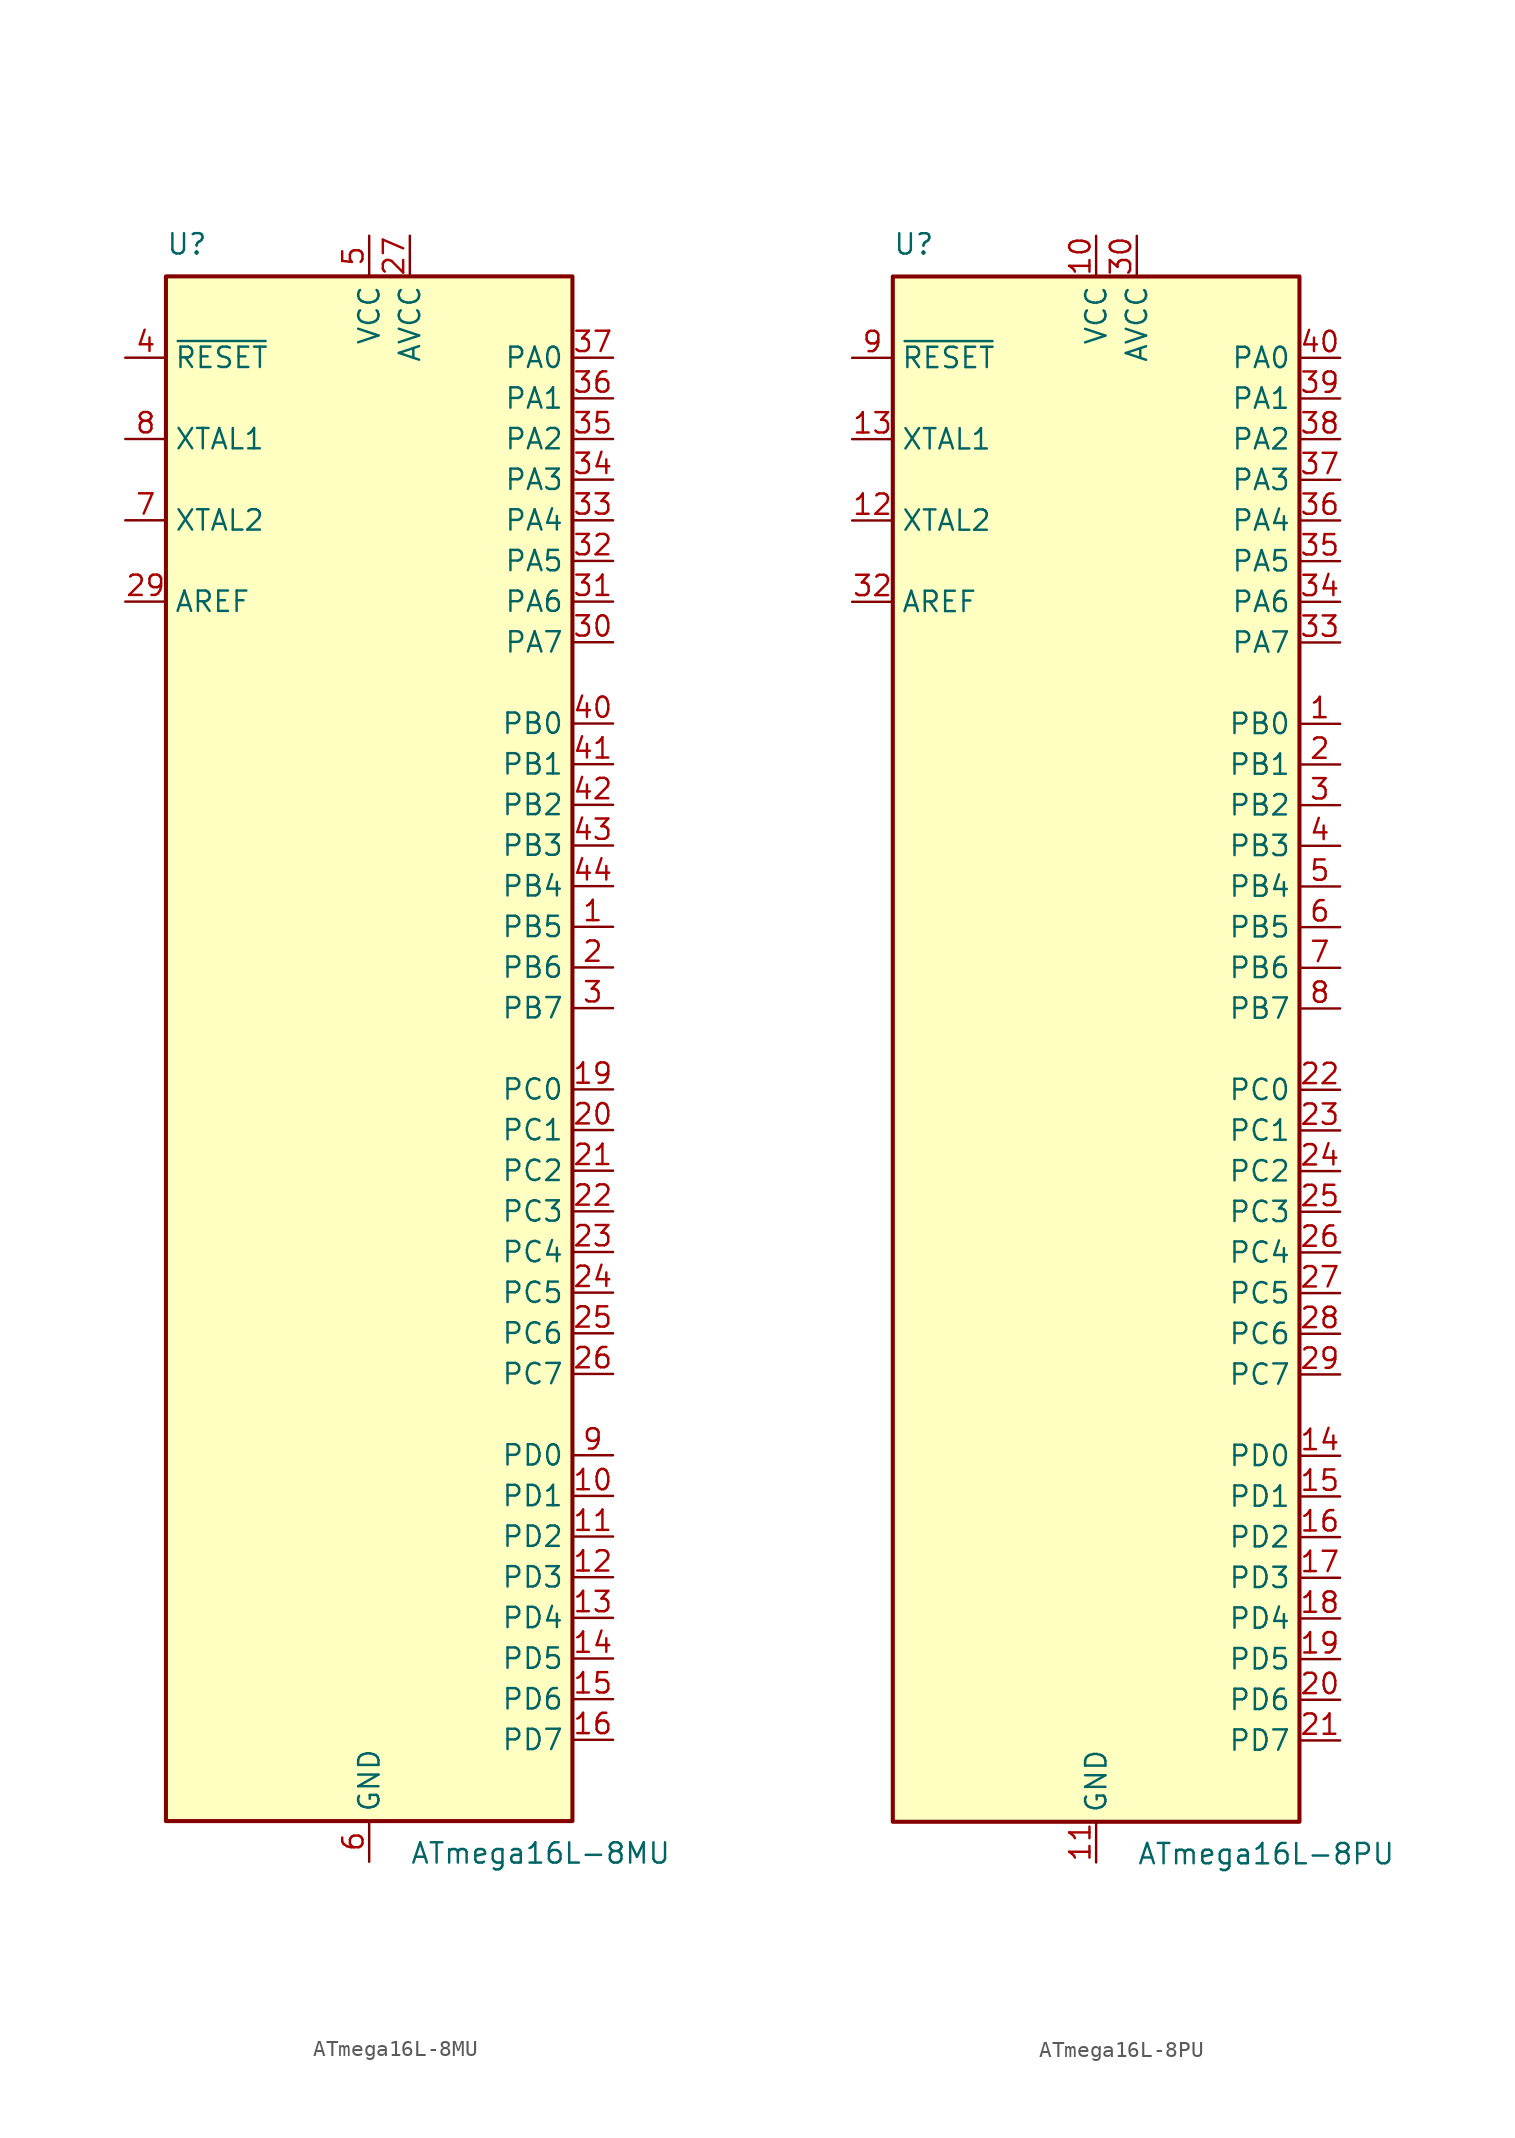
<source format=kicad_sym>
(kicad_symbol_lib
  (version 20201005)
  (generator kicad_symbol_editor)
  (symbol "ATmega16L-8MU"
    (property "Reference" "U"
      (at -12.7 49.53 0)
      (effects (font (size 1.27 1.27)) (justify left bottom)))
    (property "Value" "ATmega16L-8MU"
      (at 2.54 -49.53 0)
      (effects (font (size 1.27 1.27)) (justify left top)))
    (symbol "ATmega16L-8MU_0_1"
      (rectangle (start -12.7 -48.26) (end 12.7 48.26) (stroke (width 0.254)) (fill (type background))))
    (symbol "ATmega16L-8MU_1_1"
      (pin tri_state line (at 15.24 7.62 180) (length 2.54) (name "PB5" (effects (font (size 1.27 1.27)))) (number "1" (effects (font (size 1.27 1.27)))))
      (pin tri_state line (at 15.24 -27.94 180) (length 2.54) (name "PD1" (effects (font (size 1.27 1.27)))) (number "10" (effects (font (size 1.27 1.27)))))
      (pin tri_state line (at 15.24 -30.48 180) (length 2.54) (name "PD2" (effects (font (size 1.27 1.27)))) (number "11" (effects (font (size 1.27 1.27)))))
      (pin tri_state line (at 15.24 -33.02 180) (length 2.54) (name "PD3" (effects (font (size 1.27 1.27)))) (number "12" (effects (font (size 1.27 1.27)))))
      (pin tri_state line (at 15.24 -35.56 180) (length 2.54) (name "PD4" (effects (font (size 1.27 1.27)))) (number "13" (effects (font (size 1.27 1.27)))))
      (pin tri_state line (at 15.24 -38.1 180) (length 2.54) (name "PD5" (effects (font (size 1.27 1.27)))) (number "14" (effects (font (size 1.27 1.27)))))
      (pin tri_state line (at 15.24 -40.64 180) (length 2.54) (name "PD6" (effects (font (size 1.27 1.27)))) (number "15" (effects (font (size 1.27 1.27)))))
      (pin tri_state line (at 15.24 -43.18 180) (length 2.54) (name "PD7" (effects (font (size 1.27 1.27)))) (number "16" (effects (font (size 1.27 1.27)))))
      (pin passive line (at 0 50.8 270) (length 2.54) hide (name "VCC" (effects (font (size 1.27 1.27)))) (number "17" (effects (font (size 1.27 1.27)))))
      (pin passive line (at 0 -50.8 90) (length 2.54) hide (name "GND" (effects (font (size 1.27 1.27)))) (number "18" (effects (font (size 1.27 1.27)))))
      (pin tri_state line (at 15.24 -2.54 180) (length 2.54) (name "PC0" (effects (font (size 1.27 1.27)))) (number "19" (effects (font (size 1.27 1.27)))))
      (pin tri_state line (at 15.24 5.08 180) (length 2.54) (name "PB6" (effects (font (size 1.27 1.27)))) (number "2" (effects (font (size 1.27 1.27)))))
      (pin tri_state line (at 15.24 -5.08 180) (length 2.54) (name "PC1" (effects (font (size 1.27 1.27)))) (number "20" (effects (font (size 1.27 1.27)))))
      (pin tri_state line (at 15.24 -7.62 180) (length 2.54) (name "PC2" (effects (font (size 1.27 1.27)))) (number "21" (effects (font (size 1.27 1.27)))))
      (pin tri_state line (at 15.24 -10.16 180) (length 2.54) (name "PC3" (effects (font (size 1.27 1.27)))) (number "22" (effects (font (size 1.27 1.27)))))
      (pin tri_state line (at 15.24 -12.7 180) (length 2.54) (name "PC4" (effects (font (size 1.27 1.27)))) (number "23" (effects (font (size 1.27 1.27)))))
      (pin tri_state line (at 15.24 -15.24 180) (length 2.54) (name "PC5" (effects (font (size 1.27 1.27)))) (number "24" (effects (font (size 1.27 1.27)))))
      (pin tri_state line (at 15.24 -17.78 180) (length 2.54) (name "PC6" (effects (font (size 1.27 1.27)))) (number "25" (effects (font (size 1.27 1.27)))))
      (pin tri_state line (at 15.24 -20.32 180) (length 2.54) (name "PC7" (effects (font (size 1.27 1.27)))) (number "26" (effects (font (size 1.27 1.27)))))
      (pin power_in line (at 2.54 50.8 270) (length 2.54) (name "AVCC" (effects (font (size 1.27 1.27)))) (number "27" (effects (font (size 1.27 1.27)))))
      (pin passive line (at 0 -50.8 90) (length 2.54) hide (name "GND" (effects (font (size 1.27 1.27)))) (number "28" (effects (font (size 1.27 1.27)))))
      (pin passive line (at -15.24 27.94 0) (length 2.54) (name "AREF" (effects (font (size 1.27 1.27)))) (number "29" (effects (font (size 1.27 1.27)))))
      (pin tri_state line (at 15.24 2.54 180) (length 2.54) (name "PB7" (effects (font (size 1.27 1.27)))) (number "3" (effects (font (size 1.27 1.27)))))
      (pin tri_state line (at 15.24 25.4 180) (length 2.54) (name "PA7" (effects (font (size 1.27 1.27)))) (number "30" (effects (font (size 1.27 1.27)))))
      (pin tri_state line (at 15.24 27.94 180) (length 2.54) (name "PA6" (effects (font (size 1.27 1.27)))) (number "31" (effects (font (size 1.27 1.27)))))
      (pin tri_state line (at 15.24 30.48 180) (length 2.54) (name "PA5" (effects (font (size 1.27 1.27)))) (number "32" (effects (font (size 1.27 1.27)))))
      (pin tri_state line (at 15.24 33.02 180) (length 2.54) (name "PA4" (effects (font (size 1.27 1.27)))) (number "33" (effects (font (size 1.27 1.27)))))
      (pin tri_state line (at 15.24 35.56 180) (length 2.54) (name "PA3" (effects (font (size 1.27 1.27)))) (number "34" (effects (font (size 1.27 1.27)))))
      (pin tri_state line (at 15.24 38.1 180) (length 2.54) (name "PA2" (effects (font (size 1.27 1.27)))) (number "35" (effects (font (size 1.27 1.27)))))
      (pin tri_state line (at 15.24 40.64 180) (length 2.54) (name "PA1" (effects (font (size 1.27 1.27)))) (number "36" (effects (font (size 1.27 1.27)))))
      (pin tri_state line (at 15.24 43.18 180) (length 2.54) (name "PA0" (effects (font (size 1.27 1.27)))) (number "37" (effects (font (size 1.27 1.27)))))
      (pin passive line (at 0 50.8 270) (length 2.54) hide (name "VCC" (effects (font (size 1.27 1.27)))) (number "38" (effects (font (size 1.27 1.27)))))
      (pin passive line (at 0 -50.8 90) (length 2.54) hide (name "GND" (effects (font (size 1.27 1.27)))) (number "39" (effects (font (size 1.27 1.27)))))
      (pin input line (at -15.24 43.18 0) (length 2.54) (name "~RESET" (effects (font (size 1.27 1.27)))) (number "4" (effects (font (size 1.27 1.27)))))
      (pin tri_state line (at 15.24 20.32 180) (length 2.54) (name "PB0" (effects (font (size 1.27 1.27)))) (number "40" (effects (font (size 1.27 1.27)))))
      (pin tri_state line (at 15.24 17.78 180) (length 2.54) (name "PB1" (effects (font (size 1.27 1.27)))) (number "41" (effects (font (size 1.27 1.27)))))
      (pin tri_state line (at 15.24 15.24 180) (length 2.54) (name "PB2" (effects (font (size 1.27 1.27)))) (number "42" (effects (font (size 1.27 1.27)))))
      (pin tri_state line (at 15.24 12.7 180) (length 2.54) (name "PB3" (effects (font (size 1.27 1.27)))) (number "43" (effects (font (size 1.27 1.27)))))
      (pin tri_state line (at 15.24 10.16 180) (length 2.54) (name "PB4" (effects (font (size 1.27 1.27)))) (number "44" (effects (font (size 1.27 1.27)))))
      (pin passive line (at 0 -50.8 90) (length 2.54) hide (name "GND" (effects (font (size 1.27 1.27)))) (number "45" (effects (font (size 1.27 1.27)))))
      (pin power_in line (at 0 50.8 270) (length 2.54) (name "VCC" (effects (font (size 1.27 1.27)))) (number "5" (effects (font (size 1.27 1.27)))))
      (pin power_in line (at 0 -50.8 90) (length 2.54) (name "GND" (effects (font (size 1.27 1.27)))) (number "6" (effects (font (size 1.27 1.27)))))
      (pin output line (at -15.24 33.02 0) (length 2.54) (name "XTAL2" (effects (font (size 1.27 1.27)))) (number "7" (effects (font (size 1.27 1.27)))))
      (pin input line (at -15.24 38.1 0) (length 2.54) (name "XTAL1" (effects (font (size 1.27 1.27)))) (number "8" (effects (font (size 1.27 1.27)))))
      (pin tri_state line (at 15.24 -25.4 180) (length 2.54) (name "PD0" (effects (font (size 1.27 1.27)))) (number "9" (effects (font (size 1.27 1.27)))))))
  (symbol "ATmega16L-8PU"
    (property "Reference" "U"
      (at -12.7 49.53 0)
      (effects (font (size 1.27 1.27)) (justify left bottom)))
    (property "Value" "ATmega16L-8PU"
      (at 2.54 -49.53 0)
      (effects (font (size 1.27 1.27)) (justify left top)))
    (symbol "ATmega16L-8PU_0_1"
      (rectangle (start -12.7 -48.26) (end 12.7 48.26) (stroke (width 0.254)) (fill (type background))))
    (symbol "ATmega16L-8PU_1_1"
      (pin tri_state line (at 15.24 20.32 180) (length 2.54) (name "PB0" (effects (font (size 1.27 1.27)))) (number "1" (effects (font (size 1.27 1.27)))))
      (pin power_in line (at 0 50.8 270) (length 2.54) (name "VCC" (effects (font (size 1.27 1.27)))) (number "10" (effects (font (size 1.27 1.27)))))
      (pin power_in line (at 0 -50.8 90) (length 2.54) (name "GND" (effects (font (size 1.27 1.27)))) (number "11" (effects (font (size 1.27 1.27)))))
      (pin output line (at -15.24 33.02 0) (length 2.54) (name "XTAL2" (effects (font (size 1.27 1.27)))) (number "12" (effects (font (size 1.27 1.27)))))
      (pin input line (at -15.24 38.1 0) (length 2.54) (name "XTAL1" (effects (font (size 1.27 1.27)))) (number "13" (effects (font (size 1.27 1.27)))))
      (pin tri_state line (at 15.24 -25.4 180) (length 2.54) (name "PD0" (effects (font (size 1.27 1.27)))) (number "14" (effects (font (size 1.27 1.27)))))
      (pin tri_state line (at 15.24 -27.94 180) (length 2.54) (name "PD1" (effects (font (size 1.27 1.27)))) (number "15" (effects (font (size 1.27 1.27)))))
      (pin tri_state line (at 15.24 -30.48 180) (length 2.54) (name "PD2" (effects (font (size 1.27 1.27)))) (number "16" (effects (font (size 1.27 1.27)))))
      (pin tri_state line (at 15.24 -33.02 180) (length 2.54) (name "PD3" (effects (font (size 1.27 1.27)))) (number "17" (effects (font (size 1.27 1.27)))))
      (pin tri_state line (at 15.24 -35.56 180) (length 2.54) (name "PD4" (effects (font (size 1.27 1.27)))) (number "18" (effects (font (size 1.27 1.27)))))
      (pin tri_state line (at 15.24 -38.1 180) (length 2.54) (name "PD5" (effects (font (size 1.27 1.27)))) (number "19" (effects (font (size 1.27 1.27)))))
      (pin tri_state line (at 15.24 17.78 180) (length 2.54) (name "PB1" (effects (font (size 1.27 1.27)))) (number "2" (effects (font (size 1.27 1.27)))))
      (pin tri_state line (at 15.24 -40.64 180) (length 2.54) (name "PD6" (effects (font (size 1.27 1.27)))) (number "20" (effects (font (size 1.27 1.27)))))
      (pin tri_state line (at 15.24 -43.18 180) (length 2.54) (name "PD7" (effects (font (size 1.27 1.27)))) (number "21" (effects (font (size 1.27 1.27)))))
      (pin tri_state line (at 15.24 -2.54 180) (length 2.54) (name "PC0" (effects (font (size 1.27 1.27)))) (number "22" (effects (font (size 1.27 1.27)))))
      (pin tri_state line (at 15.24 -5.08 180) (length 2.54) (name "PC1" (effects (font (size 1.27 1.27)))) (number "23" (effects (font (size 1.27 1.27)))))
      (pin tri_state line (at 15.24 -7.62 180) (length 2.54) (name "PC2" (effects (font (size 1.27 1.27)))) (number "24" (effects (font (size 1.27 1.27)))))
      (pin tri_state line (at 15.24 -10.16 180) (length 2.54) (name "PC3" (effects (font (size 1.27 1.27)))) (number "25" (effects (font (size 1.27 1.27)))))
      (pin tri_state line (at 15.24 -12.7 180) (length 2.54) (name "PC4" (effects (font (size 1.27 1.27)))) (number "26" (effects (font (size 1.27 1.27)))))
      (pin tri_state line (at 15.24 -15.24 180) (length 2.54) (name "PC5" (effects (font (size 1.27 1.27)))) (number "27" (effects (font (size 1.27 1.27)))))
      (pin tri_state line (at 15.24 -17.78 180) (length 2.54) (name "PC6" (effects (font (size 1.27 1.27)))) (number "28" (effects (font (size 1.27 1.27)))))
      (pin tri_state line (at 15.24 -20.32 180) (length 2.54) (name "PC7" (effects (font (size 1.27 1.27)))) (number "29" (effects (font (size 1.27 1.27)))))
      (pin tri_state line (at 15.24 15.24 180) (length 2.54) (name "PB2" (effects (font (size 1.27 1.27)))) (number "3" (effects (font (size 1.27 1.27)))))
      (pin power_in line (at 2.54 50.8 270) (length 2.54) (name "AVCC" (effects (font (size 1.27 1.27)))) (number "30" (effects (font (size 1.27 1.27)))))
      (pin passive line (at 0 -50.8 90) (length 2.54) hide (name "GND" (effects (font (size 1.27 1.27)))) (number "31" (effects (font (size 1.27 1.27)))))
      (pin passive line (at -15.24 27.94 0) (length 2.54) (name "AREF" (effects (font (size 1.27 1.27)))) (number "32" (effects (font (size 1.27 1.27)))))
      (pin tri_state line (at 15.24 25.4 180) (length 2.54) (name "PA7" (effects (font (size 1.27 1.27)))) (number "33" (effects (font (size 1.27 1.27)))))
      (pin tri_state line (at 15.24 27.94 180) (length 2.54) (name "PA6" (effects (font (size 1.27 1.27)))) (number "34" (effects (font (size 1.27 1.27)))))
      (pin tri_state line (at 15.24 30.48 180) (length 2.54) (name "PA5" (effects (font (size 1.27 1.27)))) (number "35" (effects (font (size 1.27 1.27)))))
      (pin tri_state line (at 15.24 33.02 180) (length 2.54) (name "PA4" (effects (font (size 1.27 1.27)))) (number "36" (effects (font (size 1.27 1.27)))))
      (pin tri_state line (at 15.24 35.56 180) (length 2.54) (name "PA3" (effects (font (size 1.27 1.27)))) (number "37" (effects (font (size 1.27 1.27)))))
      (pin tri_state line (at 15.24 38.1 180) (length 2.54) (name "PA2" (effects (font (size 1.27 1.27)))) (number "38" (effects (font (size 1.27 1.27)))))
      (pin tri_state line (at 15.24 40.64 180) (length 2.54) (name "PA1" (effects (font (size 1.27 1.27)))) (number "39" (effects (font (size 1.27 1.27)))))
      (pin tri_state line (at 15.24 12.7 180) (length 2.54) (name "PB3" (effects (font (size 1.27 1.27)))) (number "4" (effects (font (size 1.27 1.27)))))
      (pin tri_state line (at 15.24 43.18 180) (length 2.54) (name "PA0" (effects (font (size 1.27 1.27)))) (number "40" (effects (font (size 1.27 1.27)))))
      (pin tri_state line (at 15.24 10.16 180) (length 2.54) (name "PB4" (effects (font (size 1.27 1.27)))) (number "5" (effects (font (size 1.27 1.27)))))
      (pin tri_state line (at 15.24 7.62 180) (length 2.54) (name "PB5" (effects (font (size 1.27 1.27)))) (number "6" (effects (font (size 1.27 1.27)))))
      (pin tri_state line (at 15.24 5.08 180) (length 2.54) (name "PB6" (effects (font (size 1.27 1.27)))) (number "7" (effects (font (size 1.27 1.27)))))
      (pin tri_state line (at 15.24 2.54 180) (length 2.54) (name "PB7" (effects (font (size 1.27 1.27)))) (number "8" (effects (font (size 1.27 1.27)))))
      (pin input line (at -15.24 43.18 0) (length 2.54) (name "~RESET" (effects (font (size 1.27 1.27)))) (number "9" (effects (font (size 1.27 1.27))))))))
</source>
